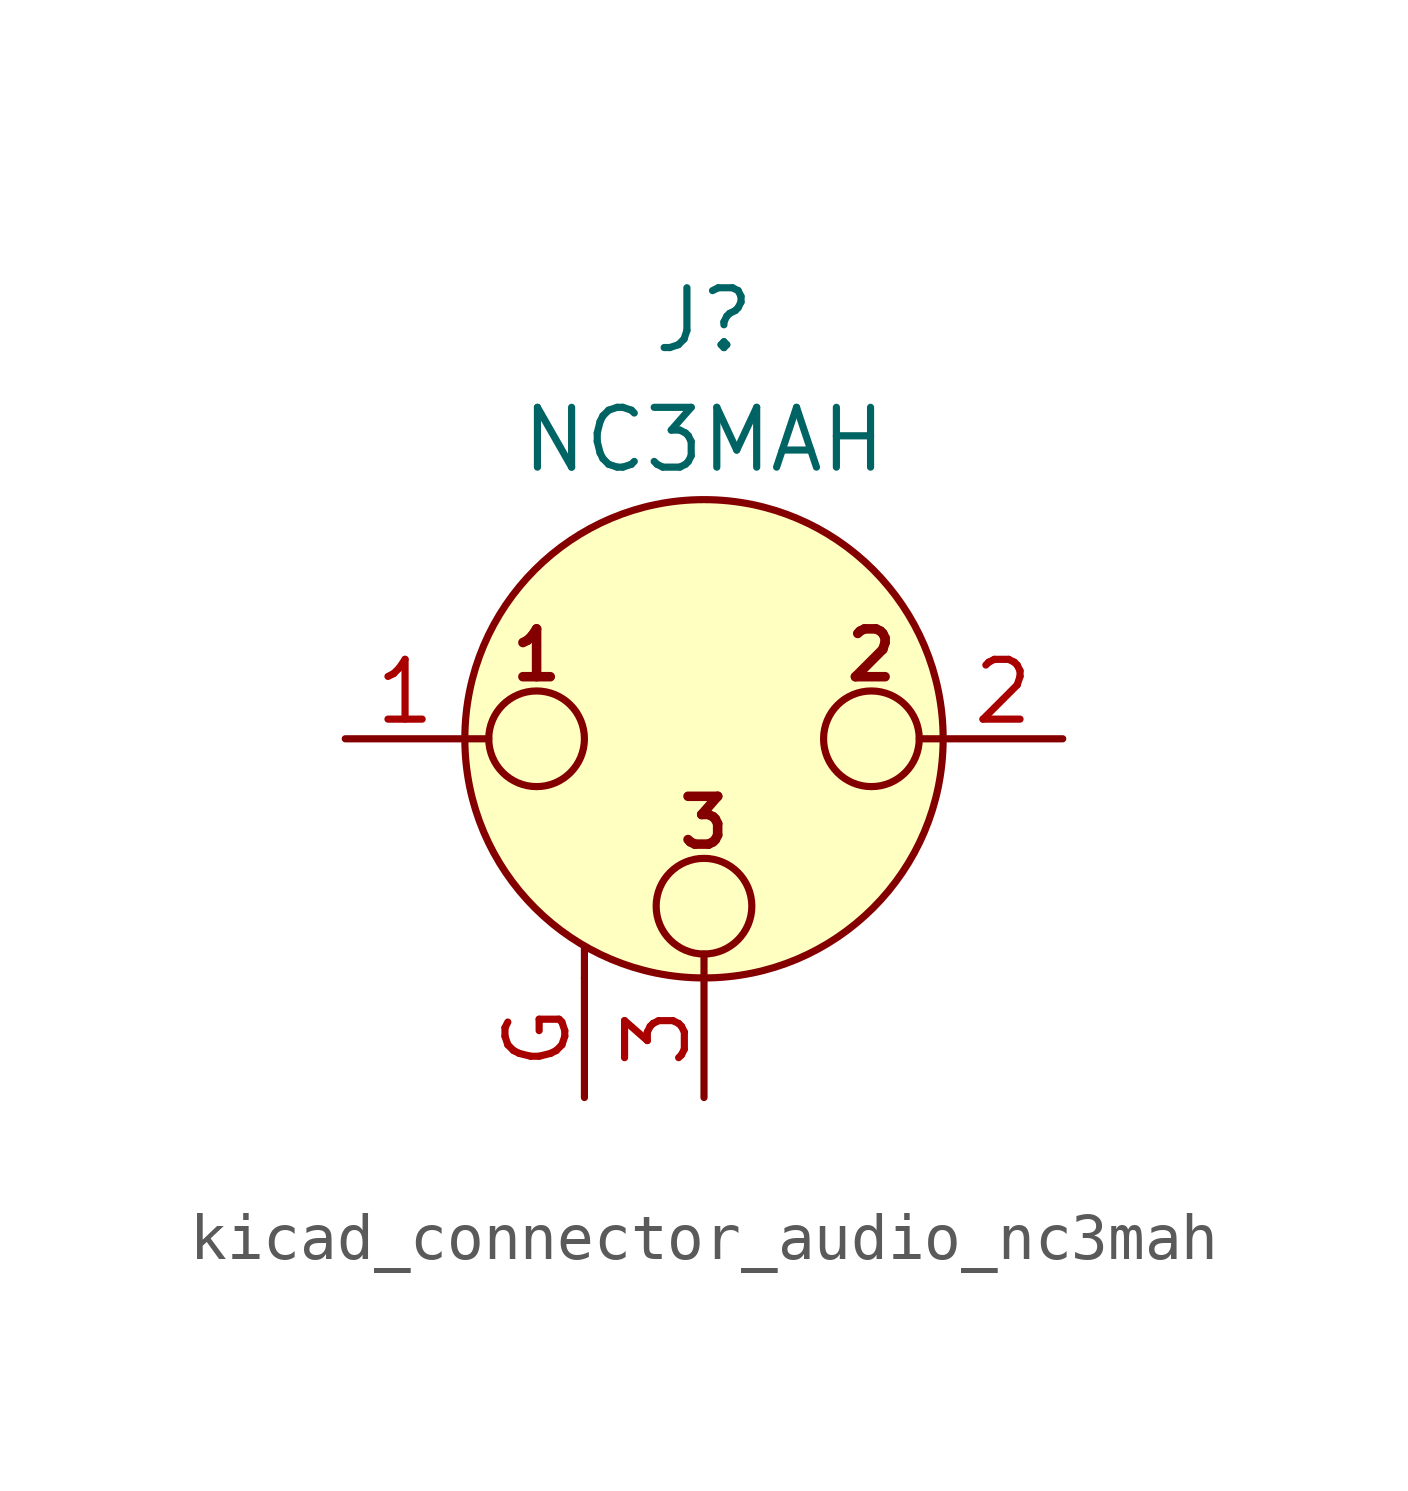
<source format=kicad_sym>
(kicad_symbol_lib
  (version 20220914)
  (generator kicad_symbol_editor)
  (symbol "kicad_connector_audio_nc3mah"
    (pin_names hide)
    (property "Reference" "J"
      (at 0 8.89 0)
      (effects (font (size 1.27 1.27))))
    (property "Value" "NC3MAH"
      (at 0 6.35 0)
      (effects (font (size 1.27 1.27))))
    (symbol "kicad_connector_audio_nc3mah_0_1"
      (circle (center -3.556 0) (radius 1.016) (stroke (width 0) (type default)) (fill (type none)))
      (circle (center 0 -3.556) (radius 1.016) (stroke (width 0) (type default)) (fill (type none)))
      (polyline (pts (xy -5.08 0) (xy -4.572 0)) (stroke (width 0) (type default)) (fill (type none)))
      (polyline (pts (xy -2.54 -5.08) (xy -2.54 -4.445)) (stroke (width 0) (type default)) (fill (type none)))
      (polyline (pts (xy 0 -5.08) (xy 0 -4.572)) (stroke (width 0) (type default)) (fill (type none)))
      (polyline (pts (xy 5.08 0) (xy 4.572 0)) (stroke (width 0) (type default)) (fill (type none)))
      (circle (center 0 0) (radius 5.08) (stroke (width 0) (type default)) (fill (type background)))
      (circle (center 3.556 0) (radius 1.016) (stroke (width 0) (type default)) (fill (type none)))
      (text "1" (at -3.556 1.778 0) (effects (font (size 1.016 1.016) bold)))
      (text "2" (at 3.556 1.778 0) (effects (font (size 1.016 1.016) bold)))
      (text "3" (at 0 -1.778 0) (effects (font (size 1.016 1.016) bold)))
      (pin passive line (at -7.62 0 0) (length 2.54) (name "~" (effects (font (size 1.27 1.27)))) (number "1" (effects (font (size 1.27 1.27)))))
      (pin passive line (at 7.62 0 180) (length 2.54) (name "~" (effects (font (size 1.27 1.27)))) (number "2" (effects (font (size 1.27 1.27)))))
      (pin passive line (at 0 -7.62 90) (length 2.54) (name "~" (effects (font (size 1.27 1.27)))) (number "3" (effects (font (size 1.27 1.27))))))
    (symbol "kicad_connector_audio_nc3mah_1_1"
      (pin passive line (at -2.54 -7.62 90) (length 2.54) (name "~" (effects (font (size 1.27 1.27)))) (number "G" (effects (font (size 1.27 1.27))))))))
</source>
